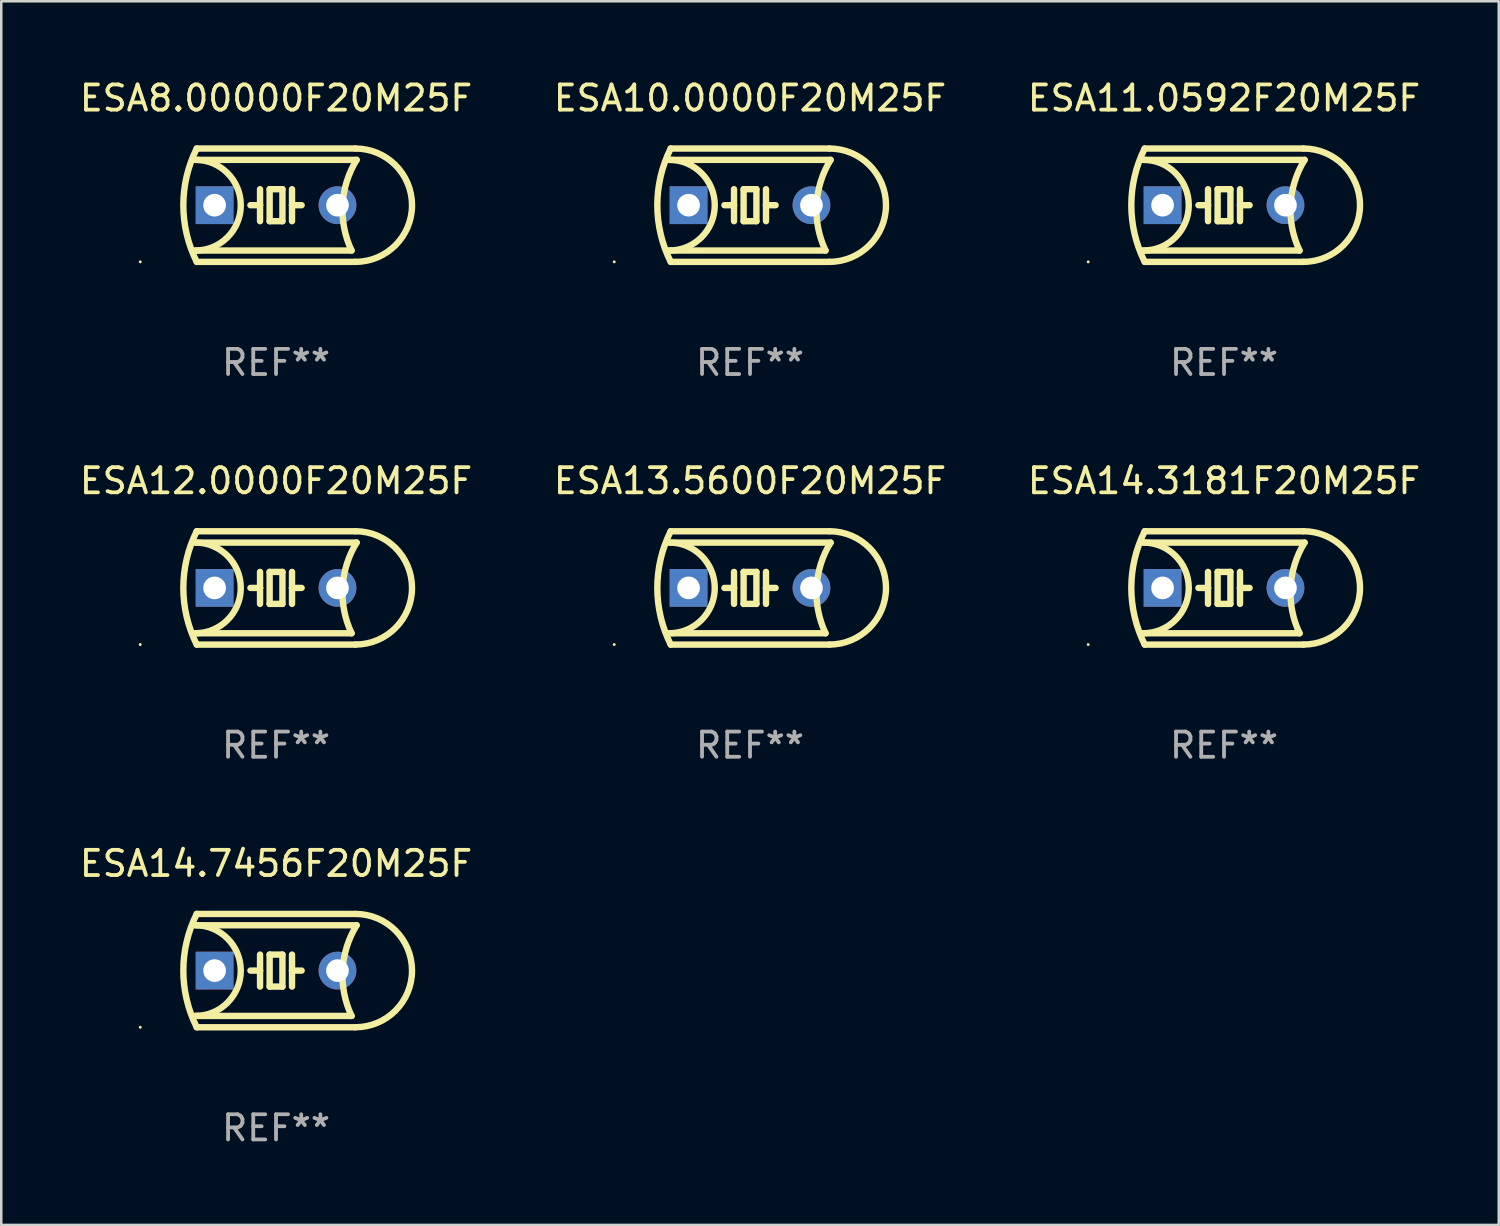
<source format=kicad_pcb>
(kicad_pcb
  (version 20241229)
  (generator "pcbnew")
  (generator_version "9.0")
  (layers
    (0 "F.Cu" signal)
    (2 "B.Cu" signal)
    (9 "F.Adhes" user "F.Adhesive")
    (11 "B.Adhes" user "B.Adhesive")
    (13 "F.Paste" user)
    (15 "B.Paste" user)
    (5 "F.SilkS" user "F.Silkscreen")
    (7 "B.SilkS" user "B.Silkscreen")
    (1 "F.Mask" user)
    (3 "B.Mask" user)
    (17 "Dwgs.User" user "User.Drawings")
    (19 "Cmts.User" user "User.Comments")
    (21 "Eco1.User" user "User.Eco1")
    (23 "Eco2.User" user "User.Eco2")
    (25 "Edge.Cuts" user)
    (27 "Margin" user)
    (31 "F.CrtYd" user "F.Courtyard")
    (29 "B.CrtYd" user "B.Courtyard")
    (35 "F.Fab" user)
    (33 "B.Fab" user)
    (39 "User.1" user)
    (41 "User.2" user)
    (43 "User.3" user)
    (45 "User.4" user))
  (footprint "ESA11.0592F20M25F"
    (layer "F.Cu")
    (at 45.554 5.098)
    (property "Reference" "ESA11.0592F20M25F" (at 0 -4.25 0) (layer "F.SilkS") (effects (font (size 1 1) (thickness 0.15))))
    (attr through_hole)
    (fp_line (start -3.2 -1.8) (end 3.2 -1.8) (stroke (width 0.254) (type solid)) (layer "F.SilkS"))
    (fp_line (start -3.15 2.25) (end 3.15 2.25) (stroke (width 0.254) (type solid)) (layer "F.SilkS"))
    (fp_line (start -0.635 -0.635) (end -0.635 0) (stroke (width 0.254) (type solid)) (layer "F.SilkS"))
    (fp_line (start -0.635 0) (end -1.016 0) (stroke (width 0.254) (type solid)) (layer "F.SilkS"))
    (fp_line (start -0.635 0) (end -0.635 0.635) (stroke (width 0.254) (type solid)) (layer "F.SilkS"))
    (fp_line (start -0.254 -0.635) (end -0.254 0.635) (stroke (width 0.254) (type solid)) (layer "F.SilkS"))
    (fp_line (start -0.254 0.635) (end 0.254 0.635) (stroke (width 0.254) (type solid)) (layer "F.SilkS"))
    (fp_line (start 0.254 -0.635) (end -0.254 -0.635) (stroke (width 0.254) (type solid)) (layer "F.SilkS"))
    (fp_line (start 0.254 0.635) (end 0.254 -0.635) (stroke (width 0.254) (type solid)) (layer "F.SilkS"))
    (fp_line (start 0.635 -0.635) (end 0.635 0) (stroke (width 0.254) (type solid)) (layer "F.SilkS"))
    (fp_line (start 0.635 0) (end 0.635 0.635) (stroke (width 0.254) (type solid)) (layer "F.SilkS"))
    (fp_line (start 0.635 0) (end 1.016 0) (stroke (width 0.254) (type solid)) (layer "F.SilkS"))
    (fp_line (start 3 1.8) (end -3.2 1.8) (stroke (width 0.254) (type solid)) (layer "F.SilkS"))
    (fp_line (start 3.15 -2.25) (end -3.15 -2.25) (stroke (width 0.254) (type solid)) (layer "F.SilkS"))
    (fp_arc (start -3.200406 -1.800864) (mid -1.399974 -0.000635) (end -3.2 1.8) (stroke (width 0.254001) (type solid)) (layer "F.SilkS"))
    (fp_arc (start -3.149606 2.250444) (mid -3.680941 0.000261) (end -3.149987 -2.250013) (stroke (width 0.254001) (type solid)) (layer "F.SilkS"))
    (fp_arc (start 2.999746 1.800863) (mid 2.642982 -0.024977) (end 3.2 -1.8) (stroke (width 0.254001) (type solid)) (layer "F.SilkS"))
    (fp_arc (start 3.149607 -2.250445) (mid 5.399848 -0.000406) (end 3.149987 2.250013) (stroke (width 0.254001) (type solid)) (layer "F.SilkS"))
    (fp_circle (center -5.392 2.25) (end -5.362 2.25) (stroke (width 0.06) (type solid)) (fill no) (layer "F.SilkS"))
    (fp_text user "REF**" (at 0 6.25 0) (layer "F.Fab") (effects (font (size 1 1) (thickness 0.15))))
    (pad "1" thru_hole rect (at -2.44 0) (size 1.5 1.5) (drill 0.9) (layers "*.Cu" "*.Mask"))
    (pad "2" thru_hole circle (at 2.44 0) (size 1.5 1.5) (drill 0.9) (layers "*.Cu" "*.Mask")))
  (footprint "ESA12.0000F20M25F"
    (layer "F.Cu")
    (at 7.911 20.295)
    (property "Reference" "ESA12.0000F20M25F" (at 0 -4.25 0) (layer "F.SilkS") (effects (font (size 1 1) (thickness 0.15))))
    (attr through_hole)
    (fp_line (start -3.2 -1.8) (end 3.2 -1.8) (stroke (width 0.254) (type solid)) (layer "F.SilkS"))
    (fp_line (start -3.15 2.25) (end 3.15 2.25) (stroke (width 0.254) (type solid)) (layer "F.SilkS"))
    (fp_line (start -0.635 -0.635) (end -0.635 0) (stroke (width 0.254) (type solid)) (layer "F.SilkS"))
    (fp_line (start -0.635 0) (end -1.016 0) (stroke (width 0.254) (type solid)) (layer "F.SilkS"))
    (fp_line (start -0.635 0) (end -0.635 0.635) (stroke (width 0.254) (type solid)) (layer "F.SilkS"))
    (fp_line (start -0.254 -0.635) (end -0.254 0.635) (stroke (width 0.254) (type solid)) (layer "F.SilkS"))
    (fp_line (start -0.254 0.635) (end 0.254 0.635) (stroke (width 0.254) (type solid)) (layer "F.SilkS"))
    (fp_line (start 0.254 -0.635) (end -0.254 -0.635) (stroke (width 0.254) (type solid)) (layer "F.SilkS"))
    (fp_line (start 0.254 0.635) (end 0.254 -0.635) (stroke (width 0.254) (type solid)) (layer "F.SilkS"))
    (fp_line (start 0.635 -0.635) (end 0.635 0) (stroke (width 0.254) (type solid)) (layer "F.SilkS"))
    (fp_line (start 0.635 0) (end 0.635 0.635) (stroke (width 0.254) (type solid)) (layer "F.SilkS"))
    (fp_line (start 0.635 0) (end 1.016 0) (stroke (width 0.254) (type solid)) (layer "F.SilkS"))
    (fp_line (start 3 1.8) (end -3.2 1.8) (stroke (width 0.254) (type solid)) (layer "F.SilkS"))
    (fp_line (start 3.15 -2.25) (end -3.15 -2.25) (stroke (width 0.254) (type solid)) (layer "F.SilkS"))
    (fp_arc (start -3.200406 -1.800864) (mid -1.399974 -0.000635) (end -3.2 1.8) (stroke (width 0.254001) (type solid)) (layer "F.SilkS"))
    (fp_arc (start -3.149606 2.250444) (mid -3.680941 0.000261) (end -3.149987 -2.250013) (stroke (width 0.254001) (type solid)) (layer "F.SilkS"))
    (fp_arc (start 2.999746 1.800863) (mid 2.642982 -0.024977) (end 3.2 -1.8) (stroke (width 0.254001) (type solid)) (layer "F.SilkS"))
    (fp_arc (start 3.149607 -2.250445) (mid 5.399848 -0.000406) (end 3.149987 2.250013) (stroke (width 0.254001) (type solid)) (layer "F.SilkS"))
    (fp_circle (center -5.392 2.25) (end -5.362 2.25) (stroke (width 0.06) (type solid)) (fill no) (layer "F.SilkS"))
    (fp_text user "REF**" (at 0 6.25 0) (layer "F.Fab") (effects (font (size 1 1) (thickness 0.15))))
    (pad "1" thru_hole rect (at -2.44 0) (size 1.5 1.5) (drill 0.9) (layers "*.Cu" "*.Mask"))
    (pad "2" thru_hole circle (at 2.44 0) (size 1.5 1.5) (drill 0.9) (layers "*.Cu" "*.Mask")))
  (footprint "ESA10.0000F20M25F"
    (layer "F.Cu")
    (at 26.732 5.098)
    (property "Reference" "ESA10.0000F20M25F" (at 0 -4.25 0) (layer "F.SilkS") (effects (font (size 1 1) (thickness 0.15))))
    (attr through_hole)
    (fp_line (start -3.2 -1.8) (end 3.2 -1.8) (stroke (width 0.254) (type solid)) (layer "F.SilkS"))
    (fp_line (start -3.15 2.25) (end 3.15 2.25) (stroke (width 0.254) (type solid)) (layer "F.SilkS"))
    (fp_line (start -0.635 -0.635) (end -0.635 0) (stroke (width 0.254) (type solid)) (layer "F.SilkS"))
    (fp_line (start -0.635 0) (end -1.016 0) (stroke (width 0.254) (type solid)) (layer "F.SilkS"))
    (fp_line (start -0.635 0) (end -0.635 0.635) (stroke (width 0.254) (type solid)) (layer "F.SilkS"))
    (fp_line (start -0.254 -0.635) (end -0.254 0.635) (stroke (width 0.254) (type solid)) (layer "F.SilkS"))
    (fp_line (start -0.254 0.635) (end 0.254 0.635) (stroke (width 0.254) (type solid)) (layer "F.SilkS"))
    (fp_line (start 0.254 -0.635) (end -0.254 -0.635) (stroke (width 0.254) (type solid)) (layer "F.SilkS"))
    (fp_line (start 0.254 0.635) (end 0.254 -0.635) (stroke (width 0.254) (type solid)) (layer "F.SilkS"))
    (fp_line (start 0.635 -0.635) (end 0.635 0) (stroke (width 0.254) (type solid)) (layer "F.SilkS"))
    (fp_line (start 0.635 0) (end 0.635 0.635) (stroke (width 0.254) (type solid)) (layer "F.SilkS"))
    (fp_line (start 0.635 0) (end 1.016 0) (stroke (width 0.254) (type solid)) (layer "F.SilkS"))
    (fp_line (start 3 1.8) (end -3.2 1.8) (stroke (width 0.254) (type solid)) (layer "F.SilkS"))
    (fp_line (start 3.15 -2.25) (end -3.15 -2.25) (stroke (width 0.254) (type solid)) (layer "F.SilkS"))
    (fp_arc (start -3.200406 -1.800864) (mid -1.399974 -0.000635) (end -3.2 1.8) (stroke (width 0.254001) (type solid)) (layer "F.SilkS"))
    (fp_arc (start -3.149606 2.250444) (mid -3.680941 0.000261) (end -3.149987 -2.250013) (stroke (width 0.254001) (type solid)) (layer "F.SilkS"))
    (fp_arc (start 2.999746 1.800863) (mid 2.642982 -0.024977) (end 3.2 -1.8) (stroke (width 0.254001) (type solid)) (layer "F.SilkS"))
    (fp_arc (start 3.149607 -2.250445) (mid 5.399848 -0.000406) (end 3.149987 2.250013) (stroke (width 0.254001) (type solid)) (layer "F.SilkS"))
    (fp_circle (center -5.392 2.25) (end -5.362 2.25) (stroke (width 0.06) (type solid)) (fill no) (layer "F.SilkS"))
    (fp_text user "REF**" (at 0 6.25 0) (layer "F.Fab") (effects (font (size 1 1) (thickness 0.15))))
    (pad "1" thru_hole rect (at -2.44 0) (size 1.5 1.5) (drill 0.9) (layers "*.Cu" "*.Mask"))
    (pad "2" thru_hole circle (at 2.44 0) (size 1.5 1.5) (drill 0.9) (layers "*.Cu" "*.Mask")))
  (footprint "ESA13.5600F20M25F"
    (layer "F.Cu")
    (at 26.732 20.295)
    (property "Reference" "ESA13.5600F20M25F" (at 0 -4.25 0) (layer "F.SilkS") (effects (font (size 1 1) (thickness 0.15))))
    (attr through_hole)
    (fp_line (start -3.2 -1.8) (end 3.2 -1.8) (stroke (width 0.254) (type solid)) (layer "F.SilkS"))
    (fp_line (start -3.15 2.25) (end 3.15 2.25) (stroke (width 0.254) (type solid)) (layer "F.SilkS"))
    (fp_line (start -0.635 -0.635) (end -0.635 0) (stroke (width 0.254) (type solid)) (layer "F.SilkS"))
    (fp_line (start -0.635 0) (end -1.016 0) (stroke (width 0.254) (type solid)) (layer "F.SilkS"))
    (fp_line (start -0.635 0) (end -0.635 0.635) (stroke (width 0.254) (type solid)) (layer "F.SilkS"))
    (fp_line (start -0.254 -0.635) (end -0.254 0.635) (stroke (width 0.254) (type solid)) (layer "F.SilkS"))
    (fp_line (start -0.254 0.635) (end 0.254 0.635) (stroke (width 0.254) (type solid)) (layer "F.SilkS"))
    (fp_line (start 0.254 -0.635) (end -0.254 -0.635) (stroke (width 0.254) (type solid)) (layer "F.SilkS"))
    (fp_line (start 0.254 0.635) (end 0.254 -0.635) (stroke (width 0.254) (type solid)) (layer "F.SilkS"))
    (fp_line (start 0.635 -0.635) (end 0.635 0) (stroke (width 0.254) (type solid)) (layer "F.SilkS"))
    (fp_line (start 0.635 0) (end 0.635 0.635) (stroke (width 0.254) (type solid)) (layer "F.SilkS"))
    (fp_line (start 0.635 0) (end 1.016 0) (stroke (width 0.254) (type solid)) (layer "F.SilkS"))
    (fp_line (start 3 1.8) (end -3.2 1.8) (stroke (width 0.254) (type solid)) (layer "F.SilkS"))
    (fp_line (start 3.15 -2.25) (end -3.15 -2.25) (stroke (width 0.254) (type solid)) (layer "F.SilkS"))
    (fp_arc (start -3.200406 -1.800864) (mid -1.399974 -0.000635) (end -3.2 1.8) (stroke (width 0.254001) (type solid)) (layer "F.SilkS"))
    (fp_arc (start -3.149606 2.250444) (mid -3.680941 0.000261) (end -3.149987 -2.250013) (stroke (width 0.254001) (type solid)) (layer "F.SilkS"))
    (fp_arc (start 2.999746 1.800863) (mid 2.642982 -0.024977) (end 3.2 -1.8) (stroke (width 0.254001) (type solid)) (layer "F.SilkS"))
    (fp_arc (start 3.149607 -2.250445) (mid 5.399848 -0.000406) (end 3.149987 2.250013) (stroke (width 0.254001) (type solid)) (layer "F.SilkS"))
    (fp_circle (center -5.392 2.25) (end -5.362 2.25) (stroke (width 0.06) (type solid)) (fill no) (layer "F.SilkS"))
    (fp_text user "REF**" (at 0 6.25 0) (layer "F.Fab") (effects (font (size 1 1) (thickness 0.15))))
    (pad "1" thru_hole rect (at -2.44 0) (size 1.5 1.5) (drill 0.9) (layers "*.Cu" "*.Mask"))
    (pad "2" thru_hole circle (at 2.44 0) (size 1.5 1.5) (drill 0.9) (layers "*.Cu" "*.Mask")))
  (footprint "ESA14.7456F20M25F"
    (layer "F.Cu")
    (at 7.911 35.491)
    (property "Reference" "ESA14.7456F20M25F" (at 0 -4.25 0) (layer "F.SilkS") (effects (font (size 1 1) (thickness 0.15))))
    (attr through_hole)
    (fp_line (start -3.2 -1.8) (end 3.2 -1.8) (stroke (width 0.254) (type solid)) (layer "F.SilkS"))
    (fp_line (start -3.15 2.25) (end 3.15 2.25) (stroke (width 0.254) (type solid)) (layer "F.SilkS"))
    (fp_line (start -0.635 -0.635) (end -0.635 0) (stroke (width 0.254) (type solid)) (layer "F.SilkS"))
    (fp_line (start -0.635 0) (end -1.016 0) (stroke (width 0.254) (type solid)) (layer "F.SilkS"))
    (fp_line (start -0.635 0) (end -0.635 0.635) (stroke (width 0.254) (type solid)) (layer "F.SilkS"))
    (fp_line (start -0.254 -0.635) (end -0.254 0.635) (stroke (width 0.254) (type solid)) (layer "F.SilkS"))
    (fp_line (start -0.254 0.635) (end 0.254 0.635) (stroke (width 0.254) (type solid)) (layer "F.SilkS"))
    (fp_line (start 0.254 -0.635) (end -0.254 -0.635) (stroke (width 0.254) (type solid)) (layer "F.SilkS"))
    (fp_line (start 0.254 0.635) (end 0.254 -0.635) (stroke (width 0.254) (type solid)) (layer "F.SilkS"))
    (fp_line (start 0.635 -0.635) (end 0.635 0) (stroke (width 0.254) (type solid)) (layer "F.SilkS"))
    (fp_line (start 0.635 0) (end 0.635 0.635) (stroke (width 0.254) (type solid)) (layer "F.SilkS"))
    (fp_line (start 0.635 0) (end 1.016 0) (stroke (width 0.254) (type solid)) (layer "F.SilkS"))
    (fp_line (start 3 1.8) (end -3.2 1.8) (stroke (width 0.254) (type solid)) (layer "F.SilkS"))
    (fp_line (start 3.15 -2.25) (end -3.15 -2.25) (stroke (width 0.254) (type solid)) (layer "F.SilkS"))
    (fp_arc (start -3.200406 -1.800864) (mid -1.399974 -0.000635) (end -3.2 1.8) (stroke (width 0.254001) (type solid)) (layer "F.SilkS"))
    (fp_arc (start -3.149606 2.250444) (mid -3.680941 0.000261) (end -3.149987 -2.250013) (stroke (width 0.254001) (type solid)) (layer "F.SilkS"))
    (fp_arc (start 2.999746 1.800863) (mid 2.642982 -0.024977) (end 3.2 -1.8) (stroke (width 0.254001) (type solid)) (layer "F.SilkS"))
    (fp_arc (start 3.149607 -2.250445) (mid 5.399848 -0.000406) (end 3.149987 2.250013) (stroke (width 0.254001) (type solid)) (layer "F.SilkS"))
    (fp_circle (center -5.392 2.25) (end -5.362 2.25) (stroke (width 0.06) (type solid)) (fill no) (layer "F.SilkS"))
    (fp_text user "REF**" (at 0 6.25 0) (layer "F.Fab") (effects (font (size 1 1) (thickness 0.15))))
    (pad "1" thru_hole rect (at -2.44 0) (size 1.5 1.5) (drill 0.9) (layers "*.Cu" "*.Mask"))
    (pad "2" thru_hole circle (at 2.44 0) (size 1.5 1.5) (drill 0.9) (layers "*.Cu" "*.Mask")))
  (footprint "ESA8.00000F20M25F"
    (layer "F.Cu")
    (at 7.911 5.098)
    (property "Reference" "ESA8.00000F20M25F" (at 0 -4.25 0) (layer "F.SilkS") (effects (font (size 1 1) (thickness 0.15))))
    (attr through_hole)
    (fp_line (start -3.2 -1.8) (end 3.2 -1.8) (stroke (width 0.254) (type solid)) (layer "F.SilkS"))
    (fp_line (start -3.15 2.25) (end 3.15 2.25) (stroke (width 0.254) (type solid)) (layer "F.SilkS"))
    (fp_line (start -0.635 -0.635) (end -0.635 0) (stroke (width 0.254) (type solid)) (layer "F.SilkS"))
    (fp_line (start -0.635 0) (end -1.016 0) (stroke (width 0.254) (type solid)) (layer "F.SilkS"))
    (fp_line (start -0.635 0) (end -0.635 0.635) (stroke (width 0.254) (type solid)) (layer "F.SilkS"))
    (fp_line (start -0.254 -0.635) (end -0.254 0.635) (stroke (width 0.254) (type solid)) (layer "F.SilkS"))
    (fp_line (start -0.254 0.635) (end 0.254 0.635) (stroke (width 0.254) (type solid)) (layer "F.SilkS"))
    (fp_line (start 0.254 -0.635) (end -0.254 -0.635) (stroke (width 0.254) (type solid)) (layer "F.SilkS"))
    (fp_line (start 0.254 0.635) (end 0.254 -0.635) (stroke (width 0.254) (type solid)) (layer "F.SilkS"))
    (fp_line (start 0.635 -0.635) (end 0.635 0) (stroke (width 0.254) (type solid)) (layer "F.SilkS"))
    (fp_line (start 0.635 0) (end 0.635 0.635) (stroke (width 0.254) (type solid)) (layer "F.SilkS"))
    (fp_line (start 0.635 0) (end 1.016 0) (stroke (width 0.254) (type solid)) (layer "F.SilkS"))
    (fp_line (start 3 1.8) (end -3.2 1.8) (stroke (width 0.254) (type solid)) (layer "F.SilkS"))
    (fp_line (start 3.15 -2.25) (end -3.15 -2.25) (stroke (width 0.254) (type solid)) (layer "F.SilkS"))
    (fp_arc (start -3.200406 -1.800864) (mid -1.399974 -0.000635) (end -3.2 1.8) (stroke (width 0.254001) (type solid)) (layer "F.SilkS"))
    (fp_arc (start -3.149606 2.250444) (mid -3.680941 0.000261) (end -3.149987 -2.250013) (stroke (width 0.254001) (type solid)) (layer "F.SilkS"))
    (fp_arc (start 2.999746 1.800863) (mid 2.642982 -0.024977) (end 3.2 -1.8) (stroke (width 0.254001) (type solid)) (layer "F.SilkS"))
    (fp_arc (start 3.149607 -2.250445) (mid 5.399848 -0.000406) (end 3.149987 2.250013) (stroke (width 0.254001) (type solid)) (layer "F.SilkS"))
    (fp_circle (center -5.392 2.25) (end -5.362 2.25) (stroke (width 0.06) (type solid)) (fill no) (layer "F.SilkS"))
    (fp_text user "REF**" (at 0 6.25 0) (layer "F.Fab") (effects (font (size 1 1) (thickness 0.15))))
    (pad "1" thru_hole rect (at -2.44 0) (size 1.5 1.5) (drill 0.9) (layers "*.Cu" "*.Mask"))
    (pad "2" thru_hole circle (at 2.44 0) (size 1.5 1.5) (drill 0.9) (layers "*.Cu" "*.Mask")))
  (footprint "ESA14.3181F20M25F"
    (layer "F.Cu")
    (at 45.554 20.295)
    (property "Reference" "ESA14.3181F20M25F" (at 0 -4.25 0) (layer "F.SilkS") (effects (font (size 1 1) (thickness 0.15))))
    (attr through_hole)
    (fp_line (start -3.2 -1.8) (end 3.2 -1.8) (stroke (width 0.254) (type solid)) (layer "F.SilkS"))
    (fp_line (start -3.15 2.25) (end 3.15 2.25) (stroke (width 0.254) (type solid)) (layer "F.SilkS"))
    (fp_line (start -0.635 -0.635) (end -0.635 0) (stroke (width 0.254) (type solid)) (layer "F.SilkS"))
    (fp_line (start -0.635 0) (end -1.016 0) (stroke (width 0.254) (type solid)) (layer "F.SilkS"))
    (fp_line (start -0.635 0) (end -0.635 0.635) (stroke (width 0.254) (type solid)) (layer "F.SilkS"))
    (fp_line (start -0.254 -0.635) (end -0.254 0.635) (stroke (width 0.254) (type solid)) (layer "F.SilkS"))
    (fp_line (start -0.254 0.635) (end 0.254 0.635) (stroke (width 0.254) (type solid)) (layer "F.SilkS"))
    (fp_line (start 0.254 -0.635) (end -0.254 -0.635) (stroke (width 0.254) (type solid)) (layer "F.SilkS"))
    (fp_line (start 0.254 0.635) (end 0.254 -0.635) (stroke (width 0.254) (type solid)) (layer "F.SilkS"))
    (fp_line (start 0.635 -0.635) (end 0.635 0) (stroke (width 0.254) (type solid)) (layer "F.SilkS"))
    (fp_line (start 0.635 0) (end 0.635 0.635) (stroke (width 0.254) (type solid)) (layer "F.SilkS"))
    (fp_line (start 0.635 0) (end 1.016 0) (stroke (width 0.254) (type solid)) (layer "F.SilkS"))
    (fp_line (start 3 1.8) (end -3.2 1.8) (stroke (width 0.254) (type solid)) (layer "F.SilkS"))
    (fp_line (start 3.15 -2.25) (end -3.15 -2.25) (stroke (width 0.254) (type solid)) (layer "F.SilkS"))
    (fp_arc (start -3.200406 -1.800864) (mid -1.399974 -0.000635) (end -3.2 1.8) (stroke (width 0.254001) (type solid)) (layer "F.SilkS"))
    (fp_arc (start -3.149606 2.250444) (mid -3.680941 0.000261) (end -3.149987 -2.250013) (stroke (width 0.254001) (type solid)) (layer "F.SilkS"))
    (fp_arc (start 2.999746 1.800863) (mid 2.642982 -0.024977) (end 3.2 -1.8) (stroke (width 0.254001) (type solid)) (layer "F.SilkS"))
    (fp_arc (start 3.149607 -2.250445) (mid 5.399848 -0.000406) (end 3.149987 2.250013) (stroke (width 0.254001) (type solid)) (layer "F.SilkS"))
    (fp_circle (center -5.392 2.25) (end -5.362 2.25) (stroke (width 0.06) (type solid)) (fill no) (layer "F.SilkS"))
    (fp_text user "REF**" (at 0 6.25 0) (layer "F.Fab") (effects (font (size 1 1) (thickness 0.15))))
    (pad "1" thru_hole rect (at -2.44 0) (size 1.5 1.5) (drill 0.9) (layers "*.Cu" "*.Mask"))
    (pad "2" thru_hole circle (at 2.44 0) (size 1.5 1.5) (drill 0.9) (layers "*.Cu" "*.Mask")))
  (gr_rect
    (start -3 -3)
    (end 56.464 45.59)
    (stroke (width 0.1) (type default))
    (fill no)
    (layer "Edge.Cuts")))
</source>
